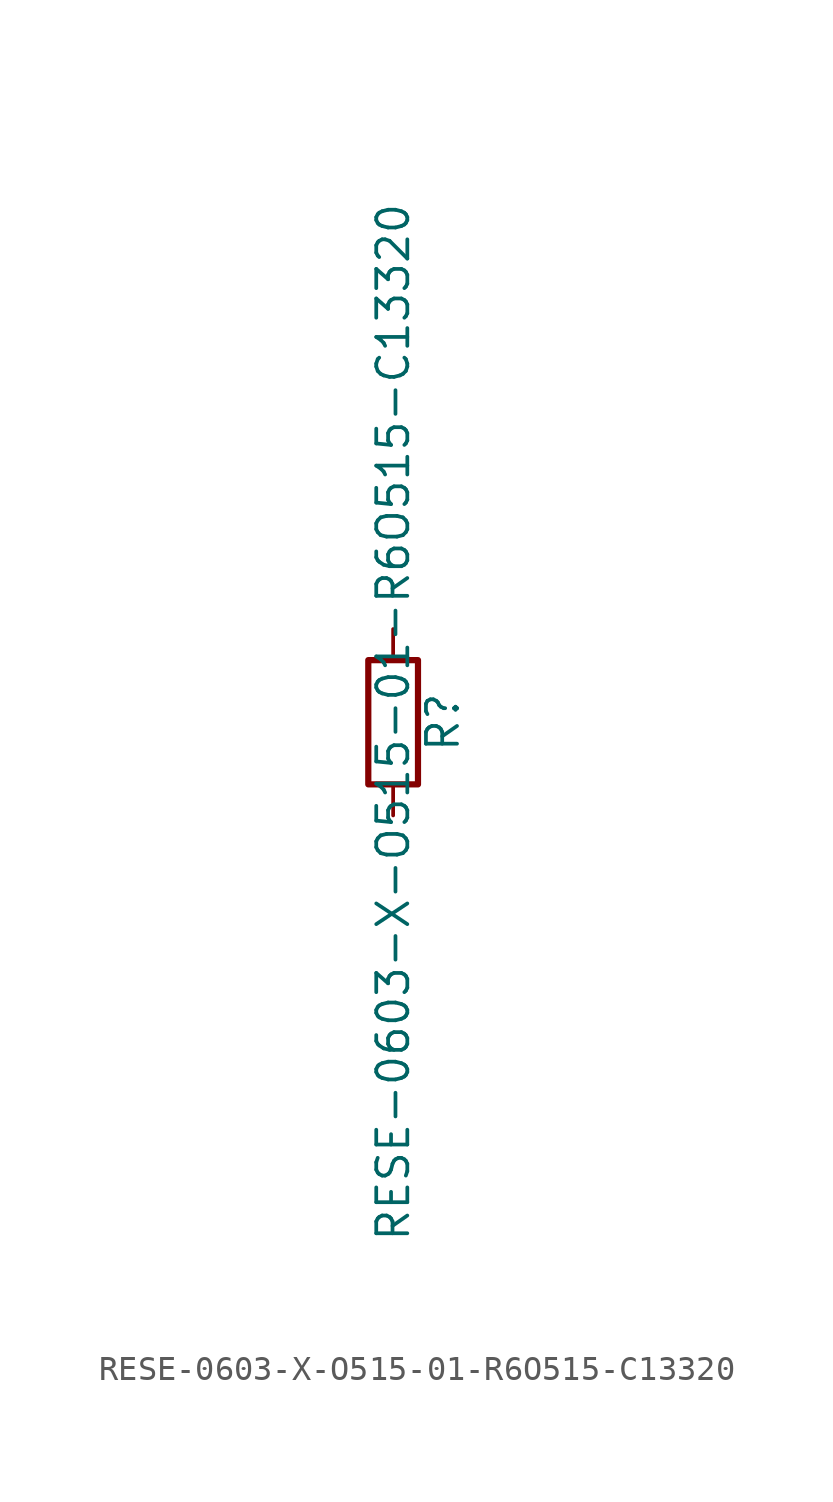
<source format=kicad_sym>
(kicad_symbol_lib
  (version 20211014)
  (generator kicad_symbol_editor)
  (symbol "RESE-0603-X-O515-01-R6O515-C13320"
    (pin_numbers hide)
    (pin_names
      (offset 0))
    (property "Reference" "R"
      (at 2.032 0 90)
      (effects (font (size 1.27 1.27))))
    (property "Value" "RESE-0603-X-O515-01-R6O515-C13320"
      (at 0 0 90)
      (effects (font (size 1.27 1.27))))
    (symbol "RESE-0603-X-O515-01-R6O515-C13320_0_1"
      (rectangle (start -1.016 -2.54) (end 1.016 2.54) (stroke (width 0.254) (type default) (color 0 0 0 0)) (fill (type none))))
    (symbol "RESE-0603-X-O515-01-R6O515-C13320_1_1"
      (pin passive line (at 0 3.81 270) (length 1.27) (name "~" (effects (font (size 1.27 1.27)))) (number "1" (effects (font (size 1.27 1.27)))))
      (pin passive line (at 0 -3.81 90) (length 1.27) (name "~" (effects (font (size 1.27 1.27)))) (number "2" (effects (font (size 1.27 1.27))))))))
</source>
